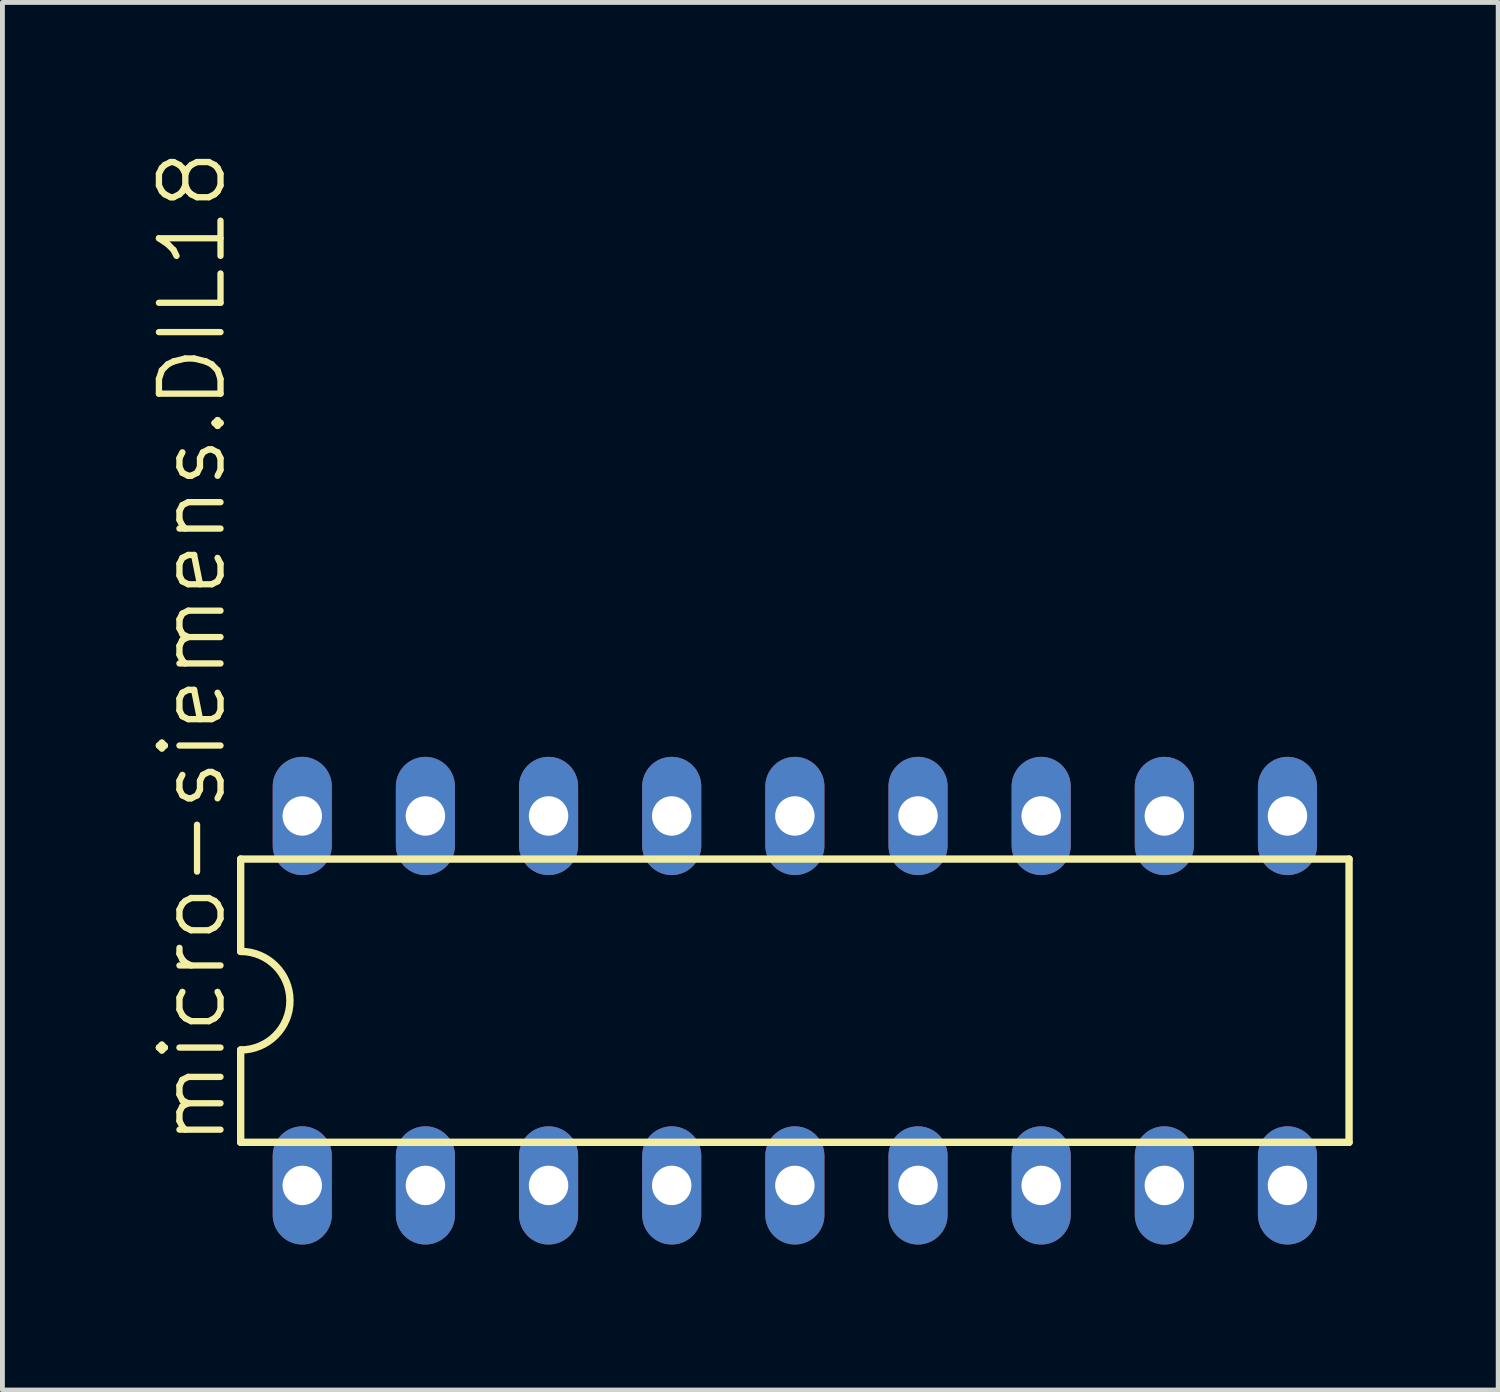
<source format=kicad_pcb>
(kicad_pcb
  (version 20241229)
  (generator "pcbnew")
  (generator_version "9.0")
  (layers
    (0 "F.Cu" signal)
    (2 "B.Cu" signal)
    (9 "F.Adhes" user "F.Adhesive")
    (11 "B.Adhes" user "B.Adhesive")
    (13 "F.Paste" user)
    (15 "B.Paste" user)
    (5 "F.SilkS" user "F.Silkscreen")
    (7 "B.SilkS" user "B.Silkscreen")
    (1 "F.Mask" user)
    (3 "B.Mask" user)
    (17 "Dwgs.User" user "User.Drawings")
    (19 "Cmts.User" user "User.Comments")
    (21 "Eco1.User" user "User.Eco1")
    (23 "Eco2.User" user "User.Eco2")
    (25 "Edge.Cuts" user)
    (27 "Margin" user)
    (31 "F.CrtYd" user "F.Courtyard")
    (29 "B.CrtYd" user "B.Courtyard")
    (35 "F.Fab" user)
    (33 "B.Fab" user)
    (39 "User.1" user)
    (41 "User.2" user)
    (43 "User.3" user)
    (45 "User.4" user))
  (footprint "micro-siemens.DIL18"
    (layer "F.Cu")
    (at 13.344 17.589)
    (property "Reference" "micro-siemens.DIL18" (at -11.684 3.048 90) (layer "F.SilkS") (effects (font (size 1.27 1.27) (thickness 0.13)) (justify left bottom)))
    (attr through_hole)
    (fp_line (start -11.43 -2.921) (end -11.43 -1.016) (stroke (width 0.152) (type default)) (layer "F.SilkS"))
    (fp_line (start -11.43 2.921) (end -11.43 1.016) (stroke (width 0.152) (type default)) (layer "F.SilkS"))
    (fp_line (start -11.43 2.921) (end 11.43 2.921) (stroke (width 0.152) (type default)) (layer "F.SilkS"))
    (fp_line (start 11.43 -2.921) (end -11.43 -2.921) (stroke (width 0.152) (type default)) (layer "F.SilkS"))
    (fp_line (start 11.43 -2.921) (end 11.43 2.921) (stroke (width 0.152) (type default)) (layer "F.SilkS"))
    (fp_arc (start -11.43 -1.016) (mid -10.414 0) (end -11.43 1.016) (stroke (width 0.1524) (type default)) (layer "F.SilkS"))
    (pad "1" thru_hole oval (at -10.16 3.81 90) (size 2.438 1.219) (drill 0.813) (layers "*.Cu" "*.Mask"))
    (pad "2" thru_hole oval (at -7.62 3.81 90) (size 2.438 1.219) (drill 0.813) (layers "*.Cu" "*.Mask"))
    (pad "3" thru_hole oval (at -5.08 3.81 90) (size 2.438 1.219) (drill 0.813) (layers "*.Cu" "*.Mask"))
    (pad "4" thru_hole oval (at -2.54 3.81 90) (size 2.438 1.219) (drill 0.813) (layers "*.Cu" "*.Mask"))
    (pad "5" thru_hole oval (at 0 3.81 90) (size 2.438 1.219) (drill 0.813) (layers "*.Cu" "*.Mask"))
    (pad "6" thru_hole oval (at 2.54 3.81 90) (size 2.438 1.219) (drill 0.813) (layers "*.Cu" "*.Mask"))
    (pad "7" thru_hole oval (at 5.08 3.81 90) (size 2.438 1.219) (drill 0.813) (layers "*.Cu" "*.Mask"))
    (pad "8" thru_hole oval (at 7.62 3.81 90) (size 2.438 1.219) (drill 0.813) (layers "*.Cu" "*.Mask"))
    (pad "9" thru_hole oval (at 10.16 3.81 90) (size 2.438 1.219) (drill 0.813) (layers "*.Cu" "*.Mask"))
    (pad "10" thru_hole oval (at 10.16 -3.81 90) (size 2.438 1.219) (drill 0.813) (layers "*.Cu" "*.Mask"))
    (pad "11" thru_hole oval (at 7.62 -3.81 90) (size 2.438 1.219) (drill 0.813) (layers "*.Cu" "*.Mask"))
    (pad "12" thru_hole oval (at 5.08 -3.81 90) (size 2.438 1.219) (drill 0.813) (layers "*.Cu" "*.Mask"))
    (pad "13" thru_hole oval (at 2.54 -3.81 90) (size 2.438 1.219) (drill 0.813) (layers "*.Cu" "*.Mask"))
    (pad "14" thru_hole oval (at 0 -3.81 90) (size 2.438 1.219) (drill 0.813) (layers "*.Cu" "*.Mask"))
    (pad "15" thru_hole oval (at -2.54 -3.81 90) (size 2.438 1.219) (drill 0.813) (layers "*.Cu" "*.Mask"))
    (pad "16" thru_hole oval (at -5.08 -3.81 90) (size 2.438 1.219) (drill 0.813) (layers "*.Cu" "*.Mask"))
    (pad "17" thru_hole oval (at -7.62 -3.81 90) (size 2.438 1.219) (drill 0.813) (layers "*.Cu" "*.Mask"))
    (pad "18" thru_hole oval (at -10.16 -3.81 90) (size 2.438 1.219) (drill 0.813) (layers "*.Cu" "*.Mask")))
  (gr_rect
    (start -3 -3)
    (end 27.85 25.619)
    (stroke (width 0.1) (type default))
    (fill no)
    (layer "Edge.Cuts")))
</source>
